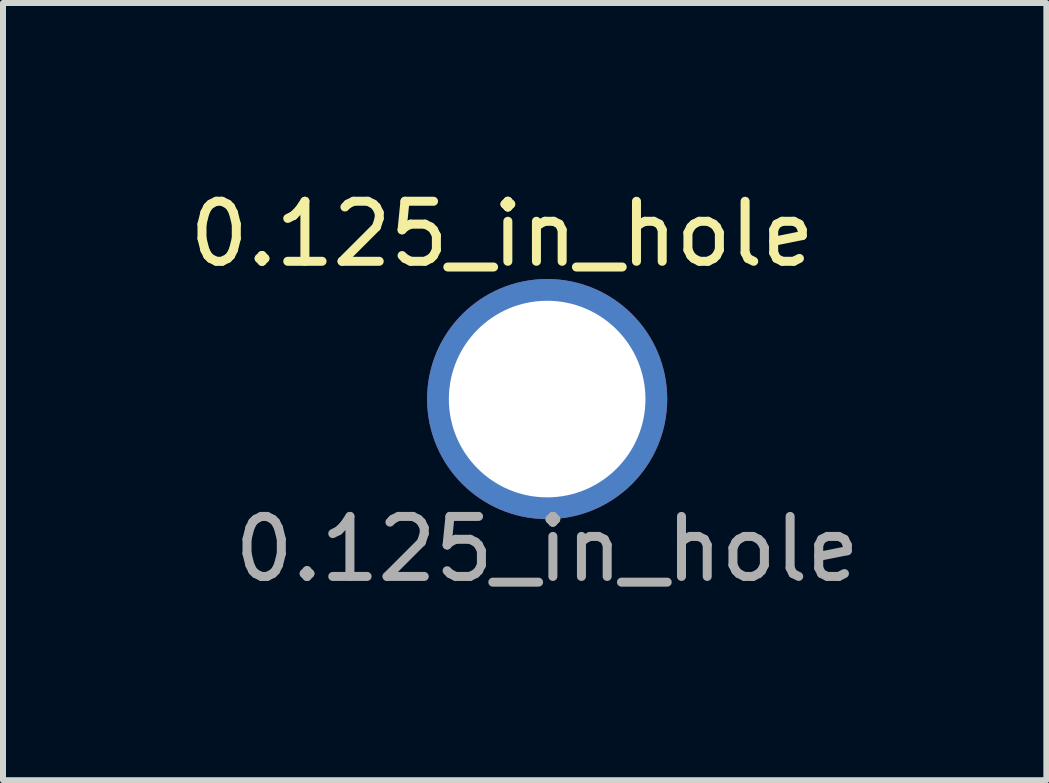
<source format=kicad_pcb>
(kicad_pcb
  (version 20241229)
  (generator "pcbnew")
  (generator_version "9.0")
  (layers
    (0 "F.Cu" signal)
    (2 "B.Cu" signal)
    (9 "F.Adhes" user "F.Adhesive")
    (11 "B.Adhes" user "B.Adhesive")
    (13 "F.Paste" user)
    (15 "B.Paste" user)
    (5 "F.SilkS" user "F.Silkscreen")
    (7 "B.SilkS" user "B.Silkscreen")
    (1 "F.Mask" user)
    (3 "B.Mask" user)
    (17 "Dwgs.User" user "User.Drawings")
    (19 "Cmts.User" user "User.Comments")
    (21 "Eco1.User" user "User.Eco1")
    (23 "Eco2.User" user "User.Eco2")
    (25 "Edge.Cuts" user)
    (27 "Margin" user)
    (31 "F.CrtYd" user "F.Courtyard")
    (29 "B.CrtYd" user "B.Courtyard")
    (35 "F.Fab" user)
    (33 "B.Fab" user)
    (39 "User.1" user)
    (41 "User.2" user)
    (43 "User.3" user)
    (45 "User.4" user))
  (footprint "0.125_in_hole"
    (layer "F.Cu")
    (at 6.065 3.598)
    (property "Reference" "0.125_in_hole" (at -0.75 -2.75 0) (unlocked yes) (layer "F.SilkS") (effects (font (size 1 1) (thickness 0.15))))
    (attr through_hole)
    (fp_text user "${REFERENCE}" (at 0 2.5 0) (unlocked yes) (layer "F.Fab") (effects (font (size 1 1) (thickness 0.15))))
    (pad "1" thru_hole circle (at 0 0) (size 4 4) (drill 3.275) (layers "*.Cu" "*.Mask" "F.Paste")))
  (gr_rect
    (start -3 -3)
    (end 14.381 9.947)
    (stroke (width 0.1) (type default))
    (fill no)
    (layer "Edge.Cuts")))
</source>
